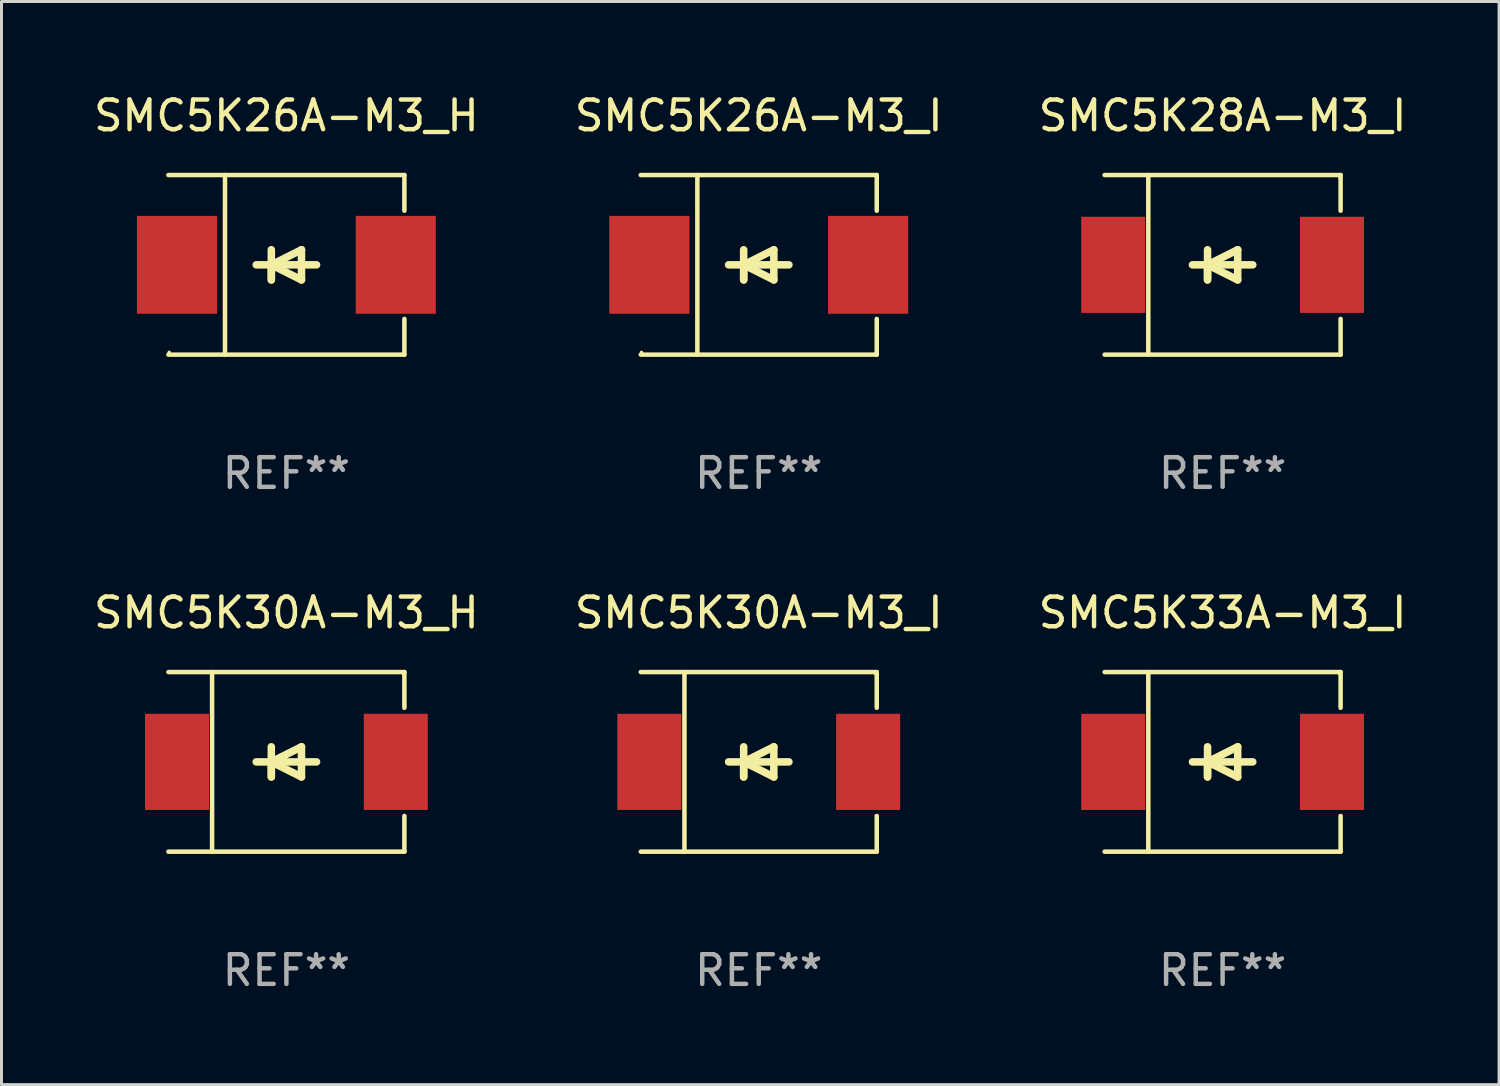
<source format=kicad_pcb>
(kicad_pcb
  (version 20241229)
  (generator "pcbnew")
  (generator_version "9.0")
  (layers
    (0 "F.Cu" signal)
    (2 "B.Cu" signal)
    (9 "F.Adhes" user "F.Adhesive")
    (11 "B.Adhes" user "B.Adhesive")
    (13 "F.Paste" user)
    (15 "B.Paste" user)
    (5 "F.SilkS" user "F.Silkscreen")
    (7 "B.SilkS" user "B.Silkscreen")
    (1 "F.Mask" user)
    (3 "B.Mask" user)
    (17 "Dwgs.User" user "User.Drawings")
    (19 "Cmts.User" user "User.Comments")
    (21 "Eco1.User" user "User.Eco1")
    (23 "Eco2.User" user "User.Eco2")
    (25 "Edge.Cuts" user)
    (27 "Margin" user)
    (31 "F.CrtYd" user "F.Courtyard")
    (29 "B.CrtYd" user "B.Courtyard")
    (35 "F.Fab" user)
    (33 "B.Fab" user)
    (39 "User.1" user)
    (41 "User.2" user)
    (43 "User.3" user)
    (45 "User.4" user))
  (footprint "SMC5K30A-M3_I"
    (layer "F.Cu")
    (at 22.518 22.623)
    (property "Reference" "SMC5K30A-M3_I" (at 0 -5.026 0) (layer "F.SilkS") (effects (font (size 1 1) (thickness 0.15))))
    (attr through_hole)
    (fp_line (start -3.976 -3.026) (end 3.976 -3.026) (stroke (width 0.152) (type solid)) (layer "F.SilkS"))
    (fp_line (start -3.976 3.026) (end 3.976 3.026) (stroke (width 0.152) (type solid)) (layer "F.SilkS"))
    (fp_line (start -2.504 -3.026) (end -2.504 3.026) (stroke (width 0.152) (type solid)) (layer "F.SilkS"))
    (fp_line (start -0.508 0) (end -0.508 0.508) (stroke (width 0.254) (type solid)) (layer "F.SilkS"))
    (fp_line (start -0.508 0) (end 0.508 0.508) (stroke (width 0.254) (type solid)) (layer "F.SilkS"))
    (fp_line (start -0.508 0.508) (end -0.508 -0.508) (stroke (width 0.254) (type solid)) (layer "F.SilkS"))
    (fp_line (start 0.508 -0.508) (end -0.508 0) (stroke (width 0.254) (type solid)) (layer "F.SilkS"))
    (fp_line (start 0.508 0.508) (end 0.508 -0.508) (stroke (width 0.254) (type solid)) (layer "F.SilkS"))
    (fp_line (start 1.016 0) (end -1.016 0) (stroke (width 0.254) (type solid)) (layer "F.SilkS"))
    (fp_line (start 3.976 -3.026) (end 3.976 -1.823) (stroke (width 0.152) (type solid)) (layer "F.SilkS"))
    (fp_line (start 3.976 3.026) (end 3.976 1.823) (stroke (width 0.152) (type solid)) (layer "F.SilkS"))
    (fp_circle (center 3.95 -2.95) (end 3.98 -2.95) (stroke (width 0.06) (type solid)) (fill no) (layer "F.SilkS"))
    (fp_text user "REF**" (at 0 7.026 0) (layer "F.Fab") (effects (font (size 1 1) (thickness 0.15))))
    (pad "1" smd rect (at 3.686 0 180) (size 2.158 3.24) (layers "F.Cu" "F.Mask" "F.Paste"))
    (pad "2" smd rect (at -3.686 0 180) (size 2.158 3.24) (layers "F.Cu" "F.Mask" "F.Paste")))
  (footprint "SMC5K26A-M3_I"
    (layer "F.Cu")
    (at 22.518 5.874)
    (property "Reference" "SMC5K26A-M3_I" (at 0 -5.026 0) (layer "F.SilkS") (effects (font (size 1 1) (thickness 0.15))))
    (attr through_hole)
    (fp_line (start -3.976 -3.026) (end 3.976 -3.026) (stroke (width 0.152) (type solid)) (layer "F.SilkS"))
    (fp_line (start -3.976 3.026) (end 3.976 3.026) (stroke (width 0.152) (type solid)) (layer "F.SilkS"))
    (fp_line (start -2.069 -3.026) (end -2.069 3.026) (stroke (width 0.152) (type solid)) (layer "F.SilkS"))
    (fp_line (start -0.508 0) (end -0.508 0.508) (stroke (width 0.254) (type solid)) (layer "F.SilkS"))
    (fp_line (start -0.508 0) (end 0.508 0.508) (stroke (width 0.254) (type solid)) (layer "F.SilkS"))
    (fp_line (start -0.508 0.508) (end -0.508 -0.508) (stroke (width 0.254) (type solid)) (layer "F.SilkS"))
    (fp_line (start 0.508 -0.508) (end -0.508 0) (stroke (width 0.254) (type solid)) (layer "F.SilkS"))
    (fp_line (start 0.508 0.508) (end 0.508 -0.508) (stroke (width 0.254) (type solid)) (layer "F.SilkS"))
    (fp_line (start 1.016 0) (end -1.016 0) (stroke (width 0.254) (type solid)) (layer "F.SilkS"))
    (fp_line (start 3.976 -3.026) (end 3.976 -1.823) (stroke (width 0.152) (type solid)) (layer "F.SilkS"))
    (fp_line (start 3.976 3.026) (end 3.976 1.823) (stroke (width 0.152) (type solid)) (layer "F.SilkS"))
    (fp_circle (center -3.95 2.95) (end -3.92 2.95) (stroke (width 0.06) (type solid)) (fill no) (layer "F.SilkS"))
    (fp_text user "REF**" (at 0 7.026 0) (layer "F.Fab") (effects (font (size 1 1) (thickness 0.15))))
    (pad "1" smd rect (at -3.686 0) (size 2.7 3.3) (layers "F.Cu" "F.Mask" "F.Paste"))
    (pad "2" smd rect (at 3.686 0) (size 2.7 3.3) (layers "F.Cu" "F.Mask" "F.Paste")))
  (footprint "SMC5K30A-M3_H"
    (layer "F.Cu")
    (at 6.601 22.623)
    (property "Reference" "SMC5K30A-M3_H" (at 0 -5.026 0) (layer "F.SilkS") (effects (font (size 1 1) (thickness 0.15))))
    (attr through_hole)
    (fp_line (start -3.976 -3.026) (end 3.976 -3.026) (stroke (width 0.152) (type solid)) (layer "F.SilkS"))
    (fp_line (start -3.976 3.026) (end 3.976 3.026) (stroke (width 0.152) (type solid)) (layer "F.SilkS"))
    (fp_line (start -2.504 -3.026) (end -2.504 3.026) (stroke (width 0.152) (type solid)) (layer "F.SilkS"))
    (fp_line (start -0.508 0) (end -0.508 0.508) (stroke (width 0.254) (type solid)) (layer "F.SilkS"))
    (fp_line (start -0.508 0) (end 0.508 0.508) (stroke (width 0.254) (type solid)) (layer "F.SilkS"))
    (fp_line (start -0.508 0.508) (end -0.508 -0.508) (stroke (width 0.254) (type solid)) (layer "F.SilkS"))
    (fp_line (start 0.508 -0.508) (end -0.508 0) (stroke (width 0.254) (type solid)) (layer "F.SilkS"))
    (fp_line (start 0.508 0.508) (end 0.508 -0.508) (stroke (width 0.254) (type solid)) (layer "F.SilkS"))
    (fp_line (start 1.016 0) (end -1.016 0) (stroke (width 0.254) (type solid)) (layer "F.SilkS"))
    (fp_line (start 3.976 -3.026) (end 3.976 -1.823) (stroke (width 0.152) (type solid)) (layer "F.SilkS"))
    (fp_line (start 3.976 3.026) (end 3.976 1.823) (stroke (width 0.152) (type solid)) (layer "F.SilkS"))
    (fp_circle (center 3.95 -2.95) (end 3.98 -2.95) (stroke (width 0.06) (type solid)) (fill no) (layer "F.SilkS"))
    (fp_text user "REF**" (at 0 7.026 0) (layer "F.Fab") (effects (font (size 1 1) (thickness 0.15))))
    (pad "1" smd rect (at 3.686 0 180) (size 2.158 3.24) (layers "F.Cu" "F.Mask" "F.Paste"))
    (pad "2" smd rect (at -3.686 0 180) (size 2.158 3.24) (layers "F.Cu" "F.Mask" "F.Paste")))
  (footprint "SMC5K33A-M3_I"
    (layer "F.Cu")
    (at 38.149 22.623)
    (property "Reference" "SMC5K33A-M3_I" (at 0 -5.026 0) (layer "F.SilkS") (effects (font (size 1 1) (thickness 0.15))))
    (attr through_hole)
    (fp_line (start -3.976 -3.026) (end 3.976 -3.026) (stroke (width 0.152) (type solid)) (layer "F.SilkS"))
    (fp_line (start -3.976 3.026) (end 3.976 3.026) (stroke (width 0.152) (type solid)) (layer "F.SilkS"))
    (fp_line (start -2.504 -3.026) (end -2.504 3.026) (stroke (width 0.152) (type solid)) (layer "F.SilkS"))
    (fp_line (start -0.508 0) (end -0.508 0.508) (stroke (width 0.254) (type solid)) (layer "F.SilkS"))
    (fp_line (start -0.508 0) (end 0.508 0.508) (stroke (width 0.254) (type solid)) (layer "F.SilkS"))
    (fp_line (start -0.508 0.508) (end -0.508 -0.508) (stroke (width 0.254) (type solid)) (layer "F.SilkS"))
    (fp_line (start 0.508 -0.508) (end -0.508 0) (stroke (width 0.254) (type solid)) (layer "F.SilkS"))
    (fp_line (start 0.508 0.508) (end 0.508 -0.508) (stroke (width 0.254) (type solid)) (layer "F.SilkS"))
    (fp_line (start 1.016 0) (end -1.016 0) (stroke (width 0.254) (type solid)) (layer "F.SilkS"))
    (fp_line (start 3.976 -3.026) (end 3.976 -1.823) (stroke (width 0.152) (type solid)) (layer "F.SilkS"))
    (fp_line (start 3.976 3.026) (end 3.976 1.823) (stroke (width 0.152) (type solid)) (layer "F.SilkS"))
    (fp_circle (center 3.95 -2.95) (end 3.98 -2.95) (stroke (width 0.06) (type solid)) (fill no) (layer "F.SilkS"))
    (fp_text user "REF**" (at 0 7.026 0) (layer "F.Fab") (effects (font (size 1 1) (thickness 0.15))))
    (pad "1" smd rect (at 3.686 0 180) (size 2.158 3.24) (layers "F.Cu" "F.Mask" "F.Paste"))
    (pad "2" smd rect (at -3.686 0 180) (size 2.158 3.24) (layers "F.Cu" "F.Mask" "F.Paste")))
  (footprint "SMC5K28A-M3_I"
    (layer "F.Cu")
    (at 38.149 5.874)
    (property "Reference" "SMC5K28A-M3_I" (at 0 -5.026 0) (layer "F.SilkS") (effects (font (size 1 1) (thickness 0.15))))
    (attr through_hole)
    (fp_line (start -3.976 -3.026) (end 3.976 -3.026) (stroke (width 0.152) (type solid)) (layer "F.SilkS"))
    (fp_line (start -3.976 3.026) (end 3.976 3.026) (stroke (width 0.152) (type solid)) (layer "F.SilkS"))
    (fp_line (start -2.504 -3.026) (end -2.504 3.026) (stroke (width 0.152) (type solid)) (layer "F.SilkS"))
    (fp_line (start -0.508 0) (end -0.508 0.508) (stroke (width 0.254) (type solid)) (layer "F.SilkS"))
    (fp_line (start -0.508 0) (end 0.508 0.508) (stroke (width 0.254) (type solid)) (layer "F.SilkS"))
    (fp_line (start -0.508 0.508) (end -0.508 -0.508) (stroke (width 0.254) (type solid)) (layer "F.SilkS"))
    (fp_line (start 0.508 -0.508) (end -0.508 0) (stroke (width 0.254) (type solid)) (layer "F.SilkS"))
    (fp_line (start 0.508 0.508) (end 0.508 -0.508) (stroke (width 0.254) (type solid)) (layer "F.SilkS"))
    (fp_line (start 1.016 0) (end -1.016 0) (stroke (width 0.254) (type solid)) (layer "F.SilkS"))
    (fp_line (start 3.976 -3.026) (end 3.976 -1.823) (stroke (width 0.152) (type solid)) (layer "F.SilkS"))
    (fp_line (start 3.976 3.026) (end 3.976 1.823) (stroke (width 0.152) (type solid)) (layer "F.SilkS"))
    (fp_circle (center 3.95 -2.95) (end 3.98 -2.95) (stroke (width 0.06) (type solid)) (fill no) (layer "F.SilkS"))
    (fp_text user "REF**" (at 0 7.026 0) (layer "F.Fab") (effects (font (size 1 1) (thickness 0.15))))
    (pad "1" smd rect (at 3.686 0 180) (size 2.158 3.24) (layers "F.Cu" "F.Mask" "F.Paste"))
    (pad "2" smd rect (at -3.686 0 180) (size 2.158 3.24) (layers "F.Cu" "F.Mask" "F.Paste")))
  (footprint "SMC5K26A-M3_H"
    (layer "F.Cu")
    (at 6.601 5.874)
    (property "Reference" "SMC5K26A-M3_H" (at 0 -5.026 0) (layer "F.SilkS") (effects (font (size 1 1) (thickness 0.15))))
    (attr through_hole)
    (fp_line (start -3.976 -3.026) (end 3.976 -3.026) (stroke (width 0.152) (type solid)) (layer "F.SilkS"))
    (fp_line (start -3.976 3.026) (end 3.976 3.026) (stroke (width 0.152) (type solid)) (layer "F.SilkS"))
    (fp_line (start -2.069 -3.026) (end -2.069 3.026) (stroke (width 0.152) (type solid)) (layer "F.SilkS"))
    (fp_line (start -0.508 0) (end -0.508 0.508) (stroke (width 0.254) (type solid)) (layer "F.SilkS"))
    (fp_line (start -0.508 0) (end 0.508 0.508) (stroke (width 0.254) (type solid)) (layer "F.SilkS"))
    (fp_line (start -0.508 0.508) (end -0.508 -0.508) (stroke (width 0.254) (type solid)) (layer "F.SilkS"))
    (fp_line (start 0.508 -0.508) (end -0.508 0) (stroke (width 0.254) (type solid)) (layer "F.SilkS"))
    (fp_line (start 0.508 0.508) (end 0.508 -0.508) (stroke (width 0.254) (type solid)) (layer "F.SilkS"))
    (fp_line (start 1.016 0) (end -1.016 0) (stroke (width 0.254) (type solid)) (layer "F.SilkS"))
    (fp_line (start 3.976 -3.026) (end 3.976 -1.823) (stroke (width 0.152) (type solid)) (layer "F.SilkS"))
    (fp_line (start 3.976 3.026) (end 3.976 1.823) (stroke (width 0.152) (type solid)) (layer "F.SilkS"))
    (fp_circle (center -3.95 2.95) (end -3.92 2.95) (stroke (width 0.06) (type solid)) (fill no) (layer "F.SilkS"))
    (fp_text user "REF**" (at 0 7.026 0) (layer "F.Fab") (effects (font (size 1 1) (thickness 0.15))))
    (pad "1" smd rect (at -3.686 0) (size 2.7 3.3) (layers "F.Cu" "F.Mask" "F.Paste"))
    (pad "2" smd rect (at 3.686 0) (size 2.7 3.3) (layers "F.Cu" "F.Mask" "F.Paste")))
  (gr_rect
    (start -3 -3)
    (end 47.464 33.498)
    (stroke (width 0.1) (type default))
    (fill no)
    (layer "Edge.Cuts")))
</source>
